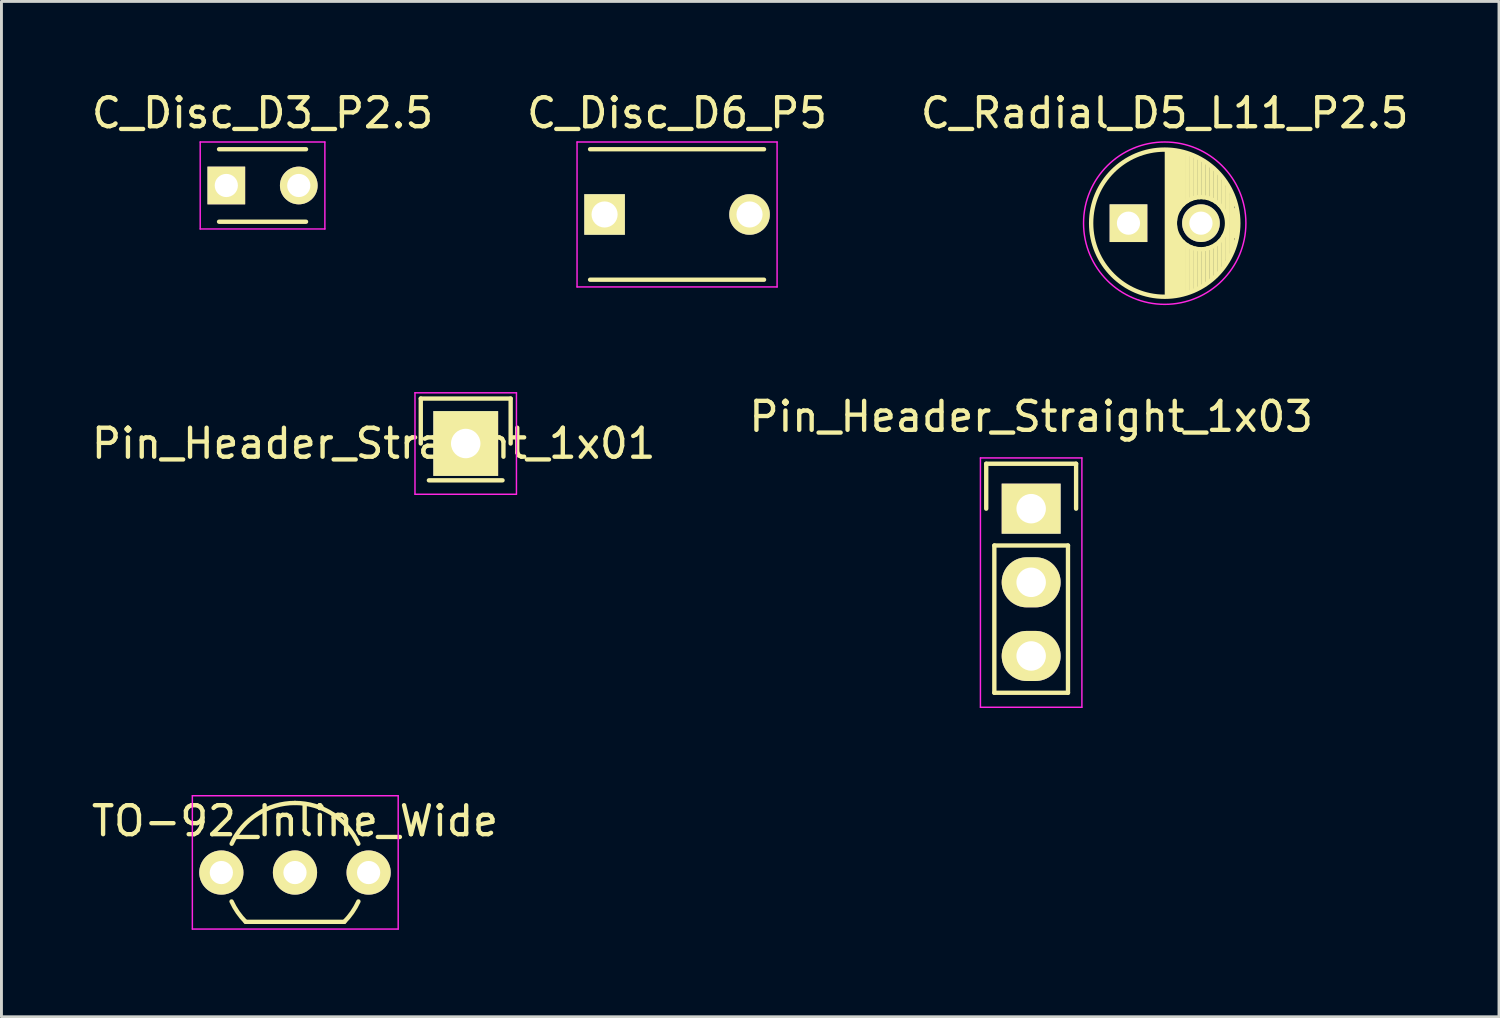
<source format=kicad_pcb>
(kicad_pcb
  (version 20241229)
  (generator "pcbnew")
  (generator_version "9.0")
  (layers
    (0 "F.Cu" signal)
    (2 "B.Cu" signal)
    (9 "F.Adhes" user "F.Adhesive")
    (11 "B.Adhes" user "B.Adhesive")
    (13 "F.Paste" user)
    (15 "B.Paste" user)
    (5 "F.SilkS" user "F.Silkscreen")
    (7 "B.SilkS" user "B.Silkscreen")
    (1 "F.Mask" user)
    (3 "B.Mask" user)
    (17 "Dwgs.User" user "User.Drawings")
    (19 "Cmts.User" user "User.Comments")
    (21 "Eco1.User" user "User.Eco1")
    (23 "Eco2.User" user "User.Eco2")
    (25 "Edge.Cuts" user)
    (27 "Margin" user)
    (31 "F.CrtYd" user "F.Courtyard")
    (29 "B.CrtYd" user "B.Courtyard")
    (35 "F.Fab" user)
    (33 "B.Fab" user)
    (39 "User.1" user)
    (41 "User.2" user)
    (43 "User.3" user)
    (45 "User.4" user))
  (footprint "C_Radial_D5_L11_P2.5"
    (layer "F.Cu")
    (at 35.875 4.648)
    (property "Reference" "C_Radial_D5_L11_P2.5" (at 1.25 -3.8 0) (layer "F.SilkS") (effects (font (size 1 1) (thickness 0.15))))
    (attr through_hole)
    (fp_line (start 1.325 -2.499) (end 1.325 2.499) (stroke (width 0.15) (type solid)) (layer "F.SilkS"))
    (fp_line (start 1.465 -2.491) (end 1.465 2.491) (stroke (width 0.15) (type solid)) (layer "F.SilkS"))
    (fp_line (start 1.605 -2.475) (end 1.605 -0.095) (stroke (width 0.15) (type solid)) (layer "F.SilkS"))
    (fp_line (start 1.605 0.095) (end 1.605 2.475) (stroke (width 0.15) (type solid)) (layer "F.SilkS"))
    (fp_line (start 1.745 -2.451) (end 1.745 -0.49) (stroke (width 0.15) (type solid)) (layer "F.SilkS"))
    (fp_line (start 1.745 0.49) (end 1.745 2.451) (stroke (width 0.15) (type solid)) (layer "F.SilkS"))
    (fp_line (start 1.885 -2.418) (end 1.885 -0.657) (stroke (width 0.15) (type solid)) (layer "F.SilkS"))
    (fp_line (start 1.885 0.657) (end 1.885 2.418) (stroke (width 0.15) (type solid)) (layer "F.SilkS"))
    (fp_line (start 2.025 -2.377) (end 2.025 -0.764) (stroke (width 0.15) (type solid)) (layer "F.SilkS"))
    (fp_line (start 2.025 0.764) (end 2.025 2.377) (stroke (width 0.15) (type solid)) (layer "F.SilkS"))
    (fp_line (start 2.165 -2.327) (end 2.165 -0.835) (stroke (width 0.15) (type solid)) (layer "F.SilkS"))
    (fp_line (start 2.165 0.835) (end 2.165 2.327) (stroke (width 0.15) (type solid)) (layer "F.SilkS"))
    (fp_line (start 2.305 -2.266) (end 2.305 -0.879) (stroke (width 0.15) (type solid)) (layer "F.SilkS"))
    (fp_line (start 2.305 0.879) (end 2.305 2.266) (stroke (width 0.15) (type solid)) (layer "F.SilkS"))
    (fp_line (start 2.445 -2.196) (end 2.445 -0.898) (stroke (width 0.15) (type solid)) (layer "F.SilkS"))
    (fp_line (start 2.445 0.898) (end 2.445 2.196) (stroke (width 0.15) (type solid)) (layer "F.SilkS"))
    (fp_line (start 2.585 -2.114) (end 2.585 -0.896) (stroke (width 0.15) (type solid)) (layer "F.SilkS"))
    (fp_line (start 2.585 0.896) (end 2.585 2.114) (stroke (width 0.15) (type solid)) (layer "F.SilkS"))
    (fp_line (start 2.725 -2.019) (end 2.725 -0.871) (stroke (width 0.15) (type solid)) (layer "F.SilkS"))
    (fp_line (start 2.725 0.871) (end 2.725 2.019) (stroke (width 0.15) (type solid)) (layer "F.SilkS"))
    (fp_line (start 2.865 -1.908) (end 2.865 -0.823) (stroke (width 0.15) (type solid)) (layer "F.SilkS"))
    (fp_line (start 2.865 0.823) (end 2.865 1.908) (stroke (width 0.15) (type solid)) (layer "F.SilkS"))
    (fp_line (start 3.005 -1.78) (end 3.005 -0.745) (stroke (width 0.15) (type solid)) (layer "F.SilkS"))
    (fp_line (start 3.005 0.745) (end 3.005 1.78) (stroke (width 0.15) (type solid)) (layer "F.SilkS"))
    (fp_line (start 3.145 -1.631) (end 3.145 -0.628) (stroke (width 0.15) (type solid)) (layer "F.SilkS"))
    (fp_line (start 3.145 0.628) (end 3.145 1.631) (stroke (width 0.15) (type solid)) (layer "F.SilkS"))
    (fp_line (start 3.285 -1.452) (end 3.285 -0.44) (stroke (width 0.15) (type solid)) (layer "F.SilkS"))
    (fp_line (start 3.285 0.44) (end 3.285 1.452) (stroke (width 0.15) (type solid)) (layer "F.SilkS"))
    (fp_line (start 3.425 -1.233) (end 3.425 1.233) (stroke (width 0.15) (type solid)) (layer "F.SilkS"))
    (fp_line (start 3.565 -0.944) (end 3.565 0.944) (stroke (width 0.15) (type solid)) (layer "F.SilkS"))
    (fp_line (start 3.705 -0.472) (end 3.705 0.472) (stroke (width 0.15) (type solid)) (layer "F.SilkS"))
    (fp_circle (center 1.25 0) (end 1.25 -2.538) (stroke (width 0.15) (type solid)) (fill no) (layer "F.SilkS"))
    (fp_circle (center 2.5 0) (end 2.5 -0.9) (stroke (width 0.15) (type solid)) (fill no) (layer "F.SilkS"))
    (fp_circle (center 1.25 0) (end 1.25 -2.8) (stroke (width 0.05) (type solid)) (fill no) (layer "F.CrtYd"))
    (pad "1" thru_hole rect (at 0 0) (size 1.3 1.3) (drill 0.8) (layers "*.Cu" "*.Mask" "F.SilkS"))
    (pad "2" thru_hole circle (at 2.5 0) (size 1.3 1.3) (drill 0.8) (layers "*.Cu" "*.Mask" "F.SilkS")))
  (footprint "Pin_Header_Straight_1x03"
    (layer "F.Cu")
    (at 32.518 14.496)
    (property "Reference" "Pin_Header_Straight_1x03" (at 0 -3.175 0) (layer "F.SilkS") (effects (font (size 1 1) (thickness 0.15))))
    (attr through_hole)
    (fp_line (start -1.55 -1.55) (end 1.55 -1.55) (stroke (width 0.15) (type solid)) (layer "F.SilkS"))
    (fp_line (start -1.55 0) (end -1.55 -1.55) (stroke (width 0.15) (type solid)) (layer "F.SilkS"))
    (fp_line (start -1.27 1.27) (end -1.27 6.35) (stroke (width 0.15) (type solid)) (layer "F.SilkS"))
    (fp_line (start -1.27 6.35) (end 1.27 6.35) (stroke (width 0.15) (type solid)) (layer "F.SilkS"))
    (fp_line (start 1.27 1.27) (end -1.27 1.27) (stroke (width 0.15) (type solid)) (layer "F.SilkS"))
    (fp_line (start 1.27 6.35) (end 1.27 1.27) (stroke (width 0.15) (type solid)) (layer "F.SilkS"))
    (fp_line (start 1.55 -1.55) (end 1.55 0) (stroke (width 0.15) (type solid)) (layer "F.SilkS"))
    (fp_line (start -1.75 -1.75) (end -1.75 6.85) (stroke (width 0.05) (type solid)) (layer "F.CrtYd"))
    (fp_line (start -1.75 -1.75) (end 1.75 -1.75) (stroke (width 0.05) (type solid)) (layer "F.CrtYd"))
    (fp_line (start -1.75 6.85) (end 1.75 6.85) (stroke (width 0.05) (type solid)) (layer "F.CrtYd"))
    (fp_line (start 1.75 -1.75) (end 1.75 6.85) (stroke (width 0.05) (type solid)) (layer "F.CrtYd"))
    (pad "1" thru_hole rect (at 0 0) (size 2.032 1.727) (drill 1.016) (layers "*.Cu" "*.Mask" "F.SilkS"))
    (pad "2" thru_hole oval (at 0 2.54) (size 2.032 1.727) (drill 1.016) (layers "*.Cu" "*.Mask" "F.SilkS"))
    (pad "3" thru_hole oval (at 0 5.08) (size 2.032 1.727) (drill 1.016) (layers "*.Cu" "*.Mask" "F.SilkS")))
  (footprint "C_Disc_D3_P2.5"
    (layer "F.Cu")
    (at 4.756 3.348)
    (property "Reference" "C_Disc_D3_P2.5" (at 1.25 -2.5 0) (layer "F.SilkS") (effects (font (size 1 1) (thickness 0.15))))
    (attr through_hole)
    (fp_line (start -0.25 -1.25) (end 2.75 -1.25) (stroke (width 0.15) (type solid)) (layer "F.SilkS"))
    (fp_line (start 2.75 1.25) (end -0.25 1.25) (stroke (width 0.15) (type solid)) (layer "F.SilkS"))
    (fp_line (start -0.9 -1.5) (end 3.4 -1.5) (stroke (width 0.05) (type solid)) (layer "F.CrtYd"))
    (fp_line (start -0.9 1.5) (end -0.9 -1.5) (stroke (width 0.05) (type solid)) (layer "F.CrtYd"))
    (fp_line (start 3.4 -1.5) (end 3.4 1.5) (stroke (width 0.05) (type solid)) (layer "F.CrtYd"))
    (fp_line (start 3.4 1.5) (end -0.9 1.5) (stroke (width 0.05) (type solid)) (layer "F.CrtYd"))
    (pad "1" thru_hole rect (at 0 0) (size 1.3 1.3) (drill 0.8) (layers "*.Cu" "*.Mask" "F.SilkS"))
    (pad "2" thru_hole circle (at 2.5 0) (size 1.3 1.3) (drill 0.8) (layers "*.Cu" "*.Mask" "F.SilkS")))
  (footprint "C_Disc_D6_P5"
    (layer "F.Cu")
    (at 17.804 4.348)
    (property "Reference" "C_Disc_D6_P5" (at 2.5 -3.5 0) (layer "F.SilkS") (effects (font (size 1 1) (thickness 0.15))))
    (attr through_hole)
    (fp_line (start -0.5 -2.25) (end 5.5 -2.25) (stroke (width 0.15) (type solid)) (layer "F.SilkS"))
    (fp_line (start 5.5 2.25) (end -0.5 2.25) (stroke (width 0.15) (type solid)) (layer "F.SilkS"))
    (fp_line (start -0.95 -2.5) (end 5.95 -2.5) (stroke (width 0.05) (type solid)) (layer "F.CrtYd"))
    (fp_line (start -0.95 2.5) (end -0.95 -2.5) (stroke (width 0.05) (type solid)) (layer "F.CrtYd"))
    (fp_line (start 5.95 -2.5) (end 5.95 2.5) (stroke (width 0.05) (type solid)) (layer "F.CrtYd"))
    (fp_line (start 5.95 2.5) (end -0.95 2.5) (stroke (width 0.05) (type solid)) (layer "F.CrtYd"))
    (pad "1" thru_hole rect (at 0 0) (size 1.4 1.4) (drill 0.9) (layers "*.Cu" "*.Mask" "F.SilkS"))
    (pad "2" thru_hole circle (at 5 0) (size 1.4 1.4) (drill 0.9) (layers "*.Cu" "*.Mask" "F.SilkS")))
  (footprint "TO-92_Inline_Wide"
    (layer "F.Cu")
    (at 4.585 27.047)
    (property "Reference" "TO-92_Inline_Wide" (at 2.54 -1.778 180) (layer "F.SilkS") (effects (font (size 1 1) (thickness 0.15))))
    (attr through_hole)
    (fp_line (start 0.84 1.7) (end 4.24 1.7) (stroke (width 0.15) (type solid)) (layer "F.SilkS"))
    (fp_arc (start 0.355121 -0.993127) (mid 1.240675 -2.017858) (end 2.54 -2.4) (stroke (width 0.15) (type solid)) (layer "F.SilkS"))
    (fp_arc (start 0.84 1.7) (mid 0.564627 1.370365) (end 0.352305 0.99699) (stroke (width 0.15) (type solid)) (layer "F.SilkS"))
    (fp_arc (start 2.54 -2.4) (mid 3.839326 -2.017858) (end 4.724879 -0.993127) (stroke (width 0.15) (type solid)) (layer "F.SilkS"))
    (fp_arc (start 4.727695 0.99699) (mid 4.515373 1.370365) (end 4.24 1.7) (stroke (width 0.15) (type solid)) (layer "F.SilkS"))
    (fp_line (start -1 -2.65) (end 6.1 -2.65) (stroke (width 0.05) (type solid)) (layer "F.CrtYd"))
    (fp_line (start -1 1.95) (end -1 -2.65) (stroke (width 0.05) (type solid)) (layer "F.CrtYd"))
    (fp_line (start -1 1.95) (end 6.1 1.95) (stroke (width 0.05) (type solid)) (layer "F.CrtYd"))
    (fp_line (start 6.1 1.95) (end 6.1 -2.65) (stroke (width 0.05) (type solid)) (layer "F.CrtYd"))
    (pad "1" thru_hole circle (at 0 0 90) (size 1.524 1.524) (drill 0.8) (layers "*.Cu" "*.Mask" "F.SilkS"))
    (pad "2" thru_hole circle (at 2.54 0 90) (size 1.524 1.524) (drill 0.8) (layers "*.Cu" "*.Mask" "F.SilkS"))
    (pad "3" thru_hole circle (at 5.08 0 90) (size 1.524 1.524) (drill 0.8) (layers "*.Cu" "*.Mask" "F.SilkS")))
  (footprint "Pin_Header_Straight_1x01"
    (layer "F.Cu")
    (at 13.014 12.248)
    (property "Reference" "Pin_Header_Straight_1x01" (at -3.175 0 0) (layer "F.SilkS") (effects (font (size 1 1) (thickness 0.15))))
    (attr through_hole)
    (fp_line (start -1.55 -1.55) (end 1.55 -1.55) (stroke (width 0.15) (type solid)) (layer "F.SilkS"))
    (fp_line (start -1.55 0) (end -1.55 -1.55) (stroke (width 0.15) (type solid)) (layer "F.SilkS"))
    (fp_line (start -1.27 1.27) (end 1.27 1.27) (stroke (width 0.15) (type solid)) (layer "F.SilkS"))
    (fp_line (start 1.55 -1.55) (end 1.55 0) (stroke (width 0.15) (type solid)) (layer "F.SilkS"))
    (fp_line (start -1.75 -1.75) (end -1.75 1.75) (stroke (width 0.05) (type solid)) (layer "F.CrtYd"))
    (fp_line (start -1.75 -1.75) (end 1.75 -1.75) (stroke (width 0.05) (type solid)) (layer "F.CrtYd"))
    (fp_line (start -1.75 1.75) (end 1.75 1.75) (stroke (width 0.05) (type solid)) (layer "F.CrtYd"))
    (fp_line (start 1.75 -1.75) (end 1.75 1.75) (stroke (width 0.05) (type solid)) (layer "F.CrtYd"))
    (pad "1" thru_hole rect (at 0 0) (size 2.235 2.235) (drill 1.016) (layers "*.Cu" "*.Mask" "F.SilkS")))
  (gr_rect
    (start -3 -3)
    (end 48.655 32.022)
    (stroke (width 0.1) (type default))
    (fill no)
    (layer "Edge.Cuts")))
</source>
